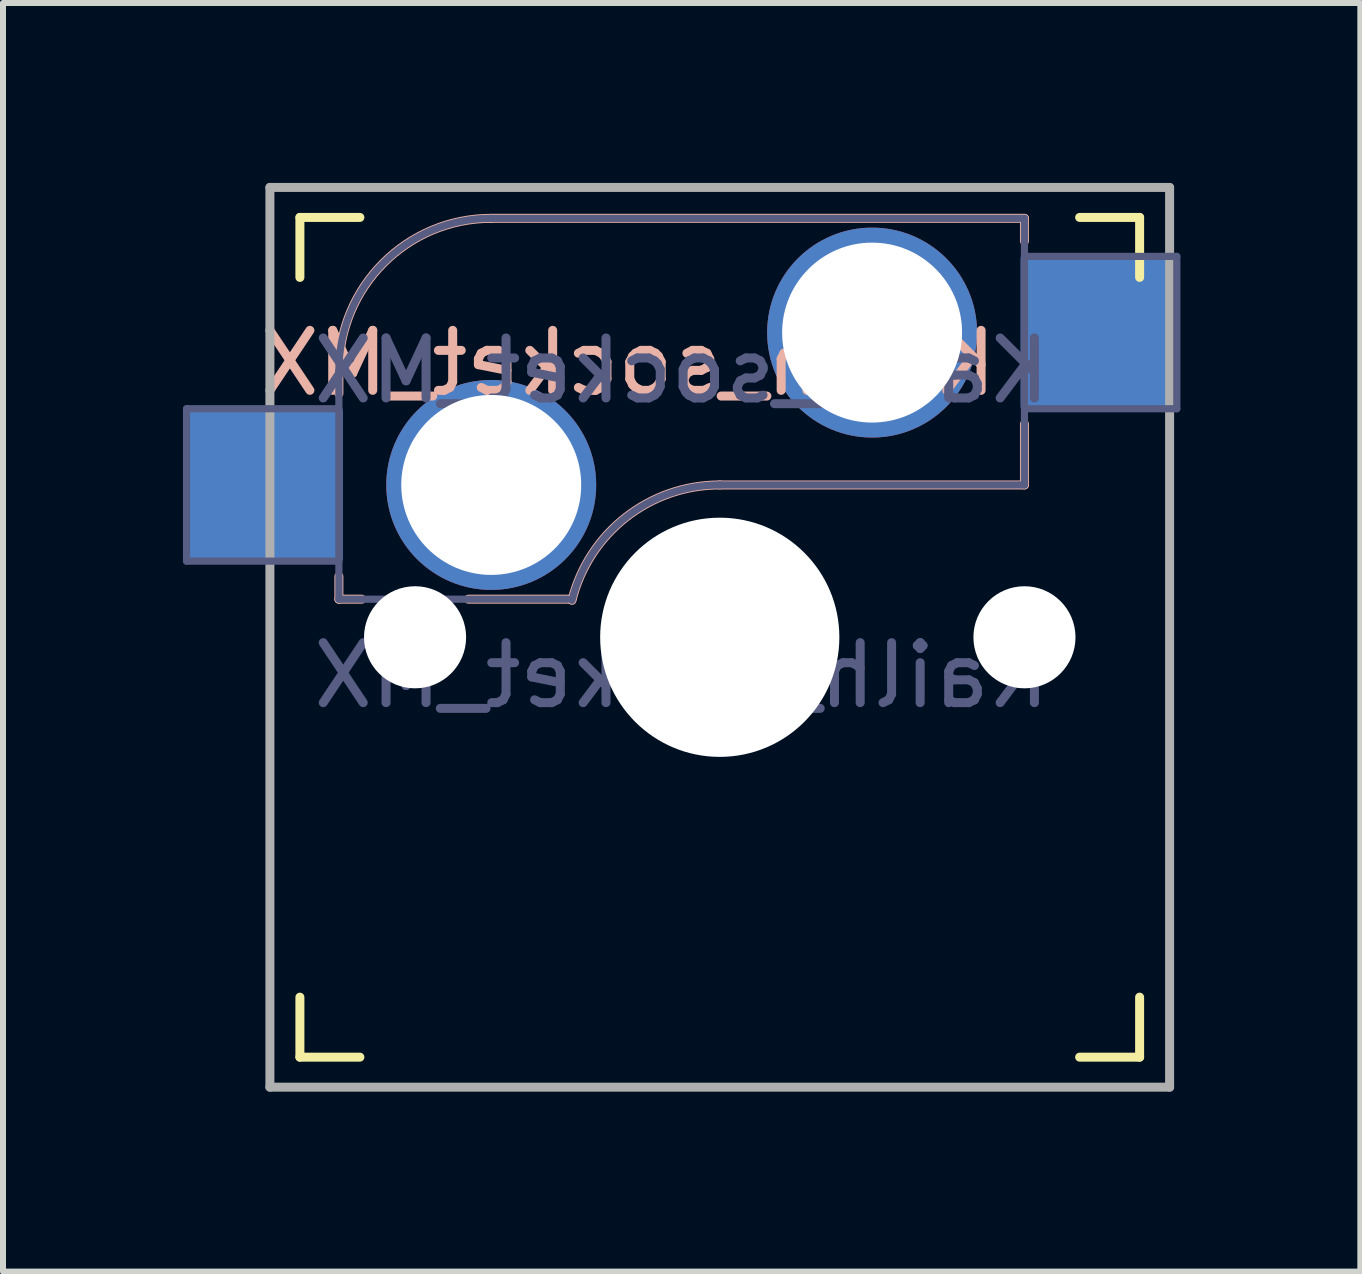
<source format=kicad_pcb>
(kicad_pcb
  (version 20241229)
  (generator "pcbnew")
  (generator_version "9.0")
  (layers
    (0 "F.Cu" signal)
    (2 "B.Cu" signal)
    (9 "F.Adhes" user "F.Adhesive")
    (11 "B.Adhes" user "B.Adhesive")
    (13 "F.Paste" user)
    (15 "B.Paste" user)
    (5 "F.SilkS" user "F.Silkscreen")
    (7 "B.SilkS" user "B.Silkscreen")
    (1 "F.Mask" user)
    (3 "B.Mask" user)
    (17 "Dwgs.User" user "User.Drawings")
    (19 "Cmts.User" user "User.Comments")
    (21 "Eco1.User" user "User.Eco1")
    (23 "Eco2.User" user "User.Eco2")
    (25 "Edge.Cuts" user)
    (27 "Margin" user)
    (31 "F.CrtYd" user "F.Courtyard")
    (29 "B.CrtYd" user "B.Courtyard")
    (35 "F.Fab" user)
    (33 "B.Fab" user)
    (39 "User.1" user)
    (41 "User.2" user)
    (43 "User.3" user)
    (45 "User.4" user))
  (footprint "Kailh_socket_MX"
    (layer "F.Cu")
    (at 8.95 7.575)
    (property "Reference" "Kailh_socket_MX" (at -1.524 -4.572 0) (layer "B.SilkS") (effects (font (size 1 1) (thickness 0.15)) (justify mirror)))
    (property "Value" "Kailh_socket_MX" (at -6.655 1.829 0) (unlocked yes) (layer "F.SilkS") (hide yes) (effects (font (size 1 1) (thickness 0.2)) (justify left)))
    (attr smd)
    (fp_line (start -7 -6) (end -7 -7) (stroke (width 0.15) (type solid)) (layer "F.SilkS"))
    (fp_line (start -7 7) (end -7 6) (stroke (width 0.15) (type solid)) (layer "F.SilkS"))
    (fp_line (start -7 7) (end -6 7) (stroke (width 0.15) (type solid)) (layer "F.SilkS"))
    (fp_line (start -6 -7) (end -7 -7) (stroke (width 0.15) (type solid)) (layer "F.SilkS"))
    (fp_line (start 6 7) (end 7 7) (stroke (width 0.15) (type solid)) (layer "F.SilkS"))
    (fp_line (start 7 -7) (end 6 -7) (stroke (width 0.15) (type solid)) (layer "F.SilkS"))
    (fp_line (start 7 -7) (end 7 -6) (stroke (width 0.15) (type solid)) (layer "F.SilkS"))
    (fp_line (start 7 6) (end 7 7) (stroke (width 0.15) (type solid)) (layer "F.SilkS"))
    (fp_line (start -6.35 -4.445) (end -6.35 -4.064) (stroke (width 0.15) (type solid)) (layer "B.SilkS"))
    (fp_line (start -6.35 -1.016) (end -6.35 -0.635) (stroke (width 0.15) (type solid)) (layer "B.SilkS"))
    (fp_line (start -5.969 -0.635) (end -6.35 -0.635) (stroke (width 0.15) (type solid)) (layer "B.SilkS"))
    (fp_line (start -3.81 -6.985) (end 5.08 -6.985) (stroke (width 0.15) (type solid)) (layer "B.SilkS"))
    (fp_line (start -2.464 -0.635) (end -4.191 -0.635) (stroke (width 0.15) (type solid)) (layer "B.SilkS"))
    (fp_line (start 5.08 -6.985) (end 5.08 -6.604) (stroke (width 0.15) (type solid)) (layer "B.SilkS"))
    (fp_line (start 5.08 -3.556) (end 5.08 -2.54) (stroke (width 0.15) (type solid)) (layer "B.SilkS"))
    (fp_line (start 5.08 -2.54) (end 0 -2.54) (stroke (width 0.15) (type solid)) (layer "B.SilkS"))
    (fp_arc (start -6.35 -4.445) (mid -5.606051 -6.241051) (end -3.81 -6.985) (stroke (width 0.15) (type solid)) (layer "B.SilkS"))
    (fp_arc (start -2.464162 -0.61604) (mid -1.563147 -2.002042) (end 0 -2.54) (stroke (width 0.15) (type solid)) (layer "B.SilkS"))
    (fp_line (start -6.9 6.9) (end -6.9 -6.9) (stroke (width 0.15) (type solid)) (layer "Eco2.User"))
    (fp_line (start -6.9 6.9) (end 6.9 6.9) (stroke (width 0.15) (type solid)) (layer "Eco2.User"))
    (fp_line (start 6.9 -6.9) (end -6.9 -6.9) (stroke (width 0.15) (type solid)) (layer "Eco2.User"))
    (fp_line (start 6.9 -6.9) (end 6.9 6.9) (stroke (width 0.15) (type solid)) (layer "Eco2.User"))
    (fp_line (start -8.89 -3.81) (end -6.35 -3.81) (stroke (width 0.12) (type solid)) (layer "B.Fab"))
    (fp_line (start -8.89 -1.27) (end -8.89 -3.81) (stroke (width 0.12) (type solid)) (layer "B.Fab"))
    (fp_line (start -6.35 -1.27) (end -8.89 -1.27) (stroke (width 0.12) (type solid)) (layer "B.Fab"))
    (fp_line (start -6.35 -0.635) (end -6.35 -4.445) (stroke (width 0.12) (type solid)) (layer "B.Fab"))
    (fp_line (start -6.35 -0.635) (end -2.54 -0.635) (stroke (width 0.12) (type solid)) (layer "B.Fab"))
    (fp_line (start -3.81 -6.985) (end 5.08 -6.985) (stroke (width 0.12) (type solid)) (layer "B.Fab"))
    (fp_line (start 5.08 -6.985) (end 5.08 -2.54) (stroke (width 0.12) (type solid)) (layer "B.Fab"))
    (fp_line (start 5.08 -6.35) (end 7.62 -6.35) (stroke (width 0.12) (type solid)) (layer "B.Fab"))
    (fp_line (start 5.08 -2.54) (end 0 -2.54) (stroke (width 0.12) (type solid)) (layer "B.Fab"))
    (fp_line (start 7.62 -6.35) (end 7.62 -3.81) (stroke (width 0.12) (type solid)) (layer "B.Fab"))
    (fp_line (start 7.62 -3.81) (end 5.08 -3.81) (stroke (width 0.12) (type solid)) (layer "B.Fab"))
    (fp_arc (start -6.35 -4.445) (mid -5.606051 -6.241051) (end -3.81 -6.985) (stroke (width 0.12) (type solid)) (layer "B.Fab"))
    (fp_arc (start -2.464162 -0.61604) (mid -1.563147 -2.002042) (end 0 -2.54) (stroke (width 0.12) (type solid)) (layer "B.Fab"))
    (fp_line (start -7.5 -7.5) (end 7.5 -7.5) (stroke (width 0.15) (type solid)) (layer "F.Fab"))
    (fp_line (start -7.5 7.5) (end -7.5 -7.5) (stroke (width 0.15) (type solid)) (layer "F.Fab"))
    (fp_line (start 7.5 -7.5) (end 7.5 7.5) (stroke (width 0.15) (type solid)) (layer "F.Fab"))
    (fp_line (start 7.5 7.5) (end -7.5 7.5) (stroke (width 0.15) (type solid)) (layer "F.Fab"))
    (fp_text user "${REFERENCE}" (at -0.635 -4.445 0) (layer "B.Fab") (effects (font (size 1 1) (thickness 0.15)) (justify mirror)))
    (fp_text user "${VALUE}" (at -0.635 0.635 0) (layer "B.Fab") (effects (font (size 1 1) (thickness 0.15)) (justify mirror)))
    (pad "" np_thru_hole circle (at -5.08 0) (size 1.702 1.702) (drill 1.702) (layers "*.Cu" "*.Mask"))
    (pad "" np_thru_hole circle (at 0 0) (size 3.988 3.988) (drill 3.988) (layers "*.Cu" "*.Mask"))
    (pad "" np_thru_hole circle (at 5.08 0) (size 1.702 1.702) (drill 1.702) (layers "*.Cu" "*.Mask"))
    (pad "1" smd rect (at -7.56 -2.54) (size 2.55 2.5) (layers "B.Cu" "B.Mask" "B.Paste"))
    (pad "1" thru_hole circle (at -3.81 -2.54) (size 3.5 3.5) (drill 3) (layers "*.Cu" "B.Mask"))
    (pad "2" thru_hole circle (at 2.54 -5.08) (size 3.5 3.5) (drill 3) (layers "*.Cu" "B.Mask"))
    (pad "2" smd rect (at 6.29 -5.08) (size 2.55 2.5) (layers "B.Cu" "B.Mask" "B.Paste")))
  (gr_rect
    (start -3 -3)
    (end 19.63 18.15)
    (stroke (width 0.1) (type default))
    (fill no)
    (layer "Edge.Cuts")))
</source>
